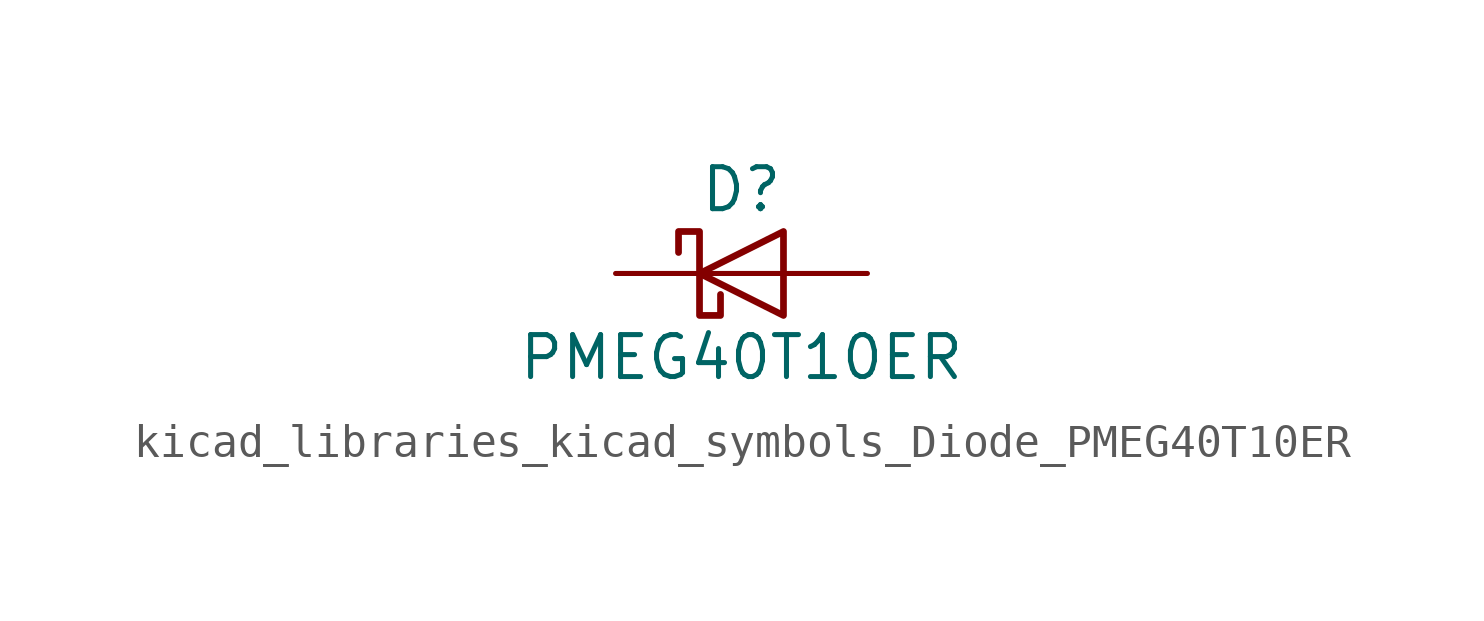
<source format=kicad_sym>
(kicad_symbol_lib
  (version 20220914)
  (generator kicad_symbol_editor)
  (symbol "kicad_libraries_kicad_symbols_Diode_PMEG40T10ER"
    (pin_numbers hide)
    (pin_names hide)
    (property "Reference" "D"
      (at 0 2.54 0)
      (effects (font (size 1.27 1.27))))
    (property "Value" "PMEG40T10ER"
      (at 0 -2.54 0)
      (effects (font (size 1.27 1.27))))
    (symbol "kicad_libraries_kicad_symbols_Diode_PMEG40T10ER_0_1"
      (polyline (pts (xy 1.27 0) (xy -1.27 0)) (stroke (width 0) (type default)) (fill (type none)))
      (polyline (pts (xy 1.27 1.27) (xy 1.27 -1.27) (xy -1.27 0) (xy 1.27 1.27)) (stroke (width 0.203) (type default)) (fill (type none)))
      (polyline (pts (xy -1.905 0.635) (xy -1.905 1.27) (xy -1.27 1.27) (xy -1.27 -1.27) (xy -0.635 -1.27) (xy -0.635 -0.635)) (stroke (width 0.203) (type default)) (fill (type none))))
    (symbol "kicad_libraries_kicad_symbols_Diode_PMEG40T10ER_1_1"
      (pin passive line (at -3.81 0 0) (length 2.54) (name "K" (effects (font (size 1.27 1.27)))) (number "1" (effects (font (size 1.27 1.27)))))
      (pin passive line (at 3.81 0 180) (length 2.54) (name "A" (effects (font (size 1.27 1.27)))) (number "2" (effects (font (size 1.27 1.27))))))))
</source>
